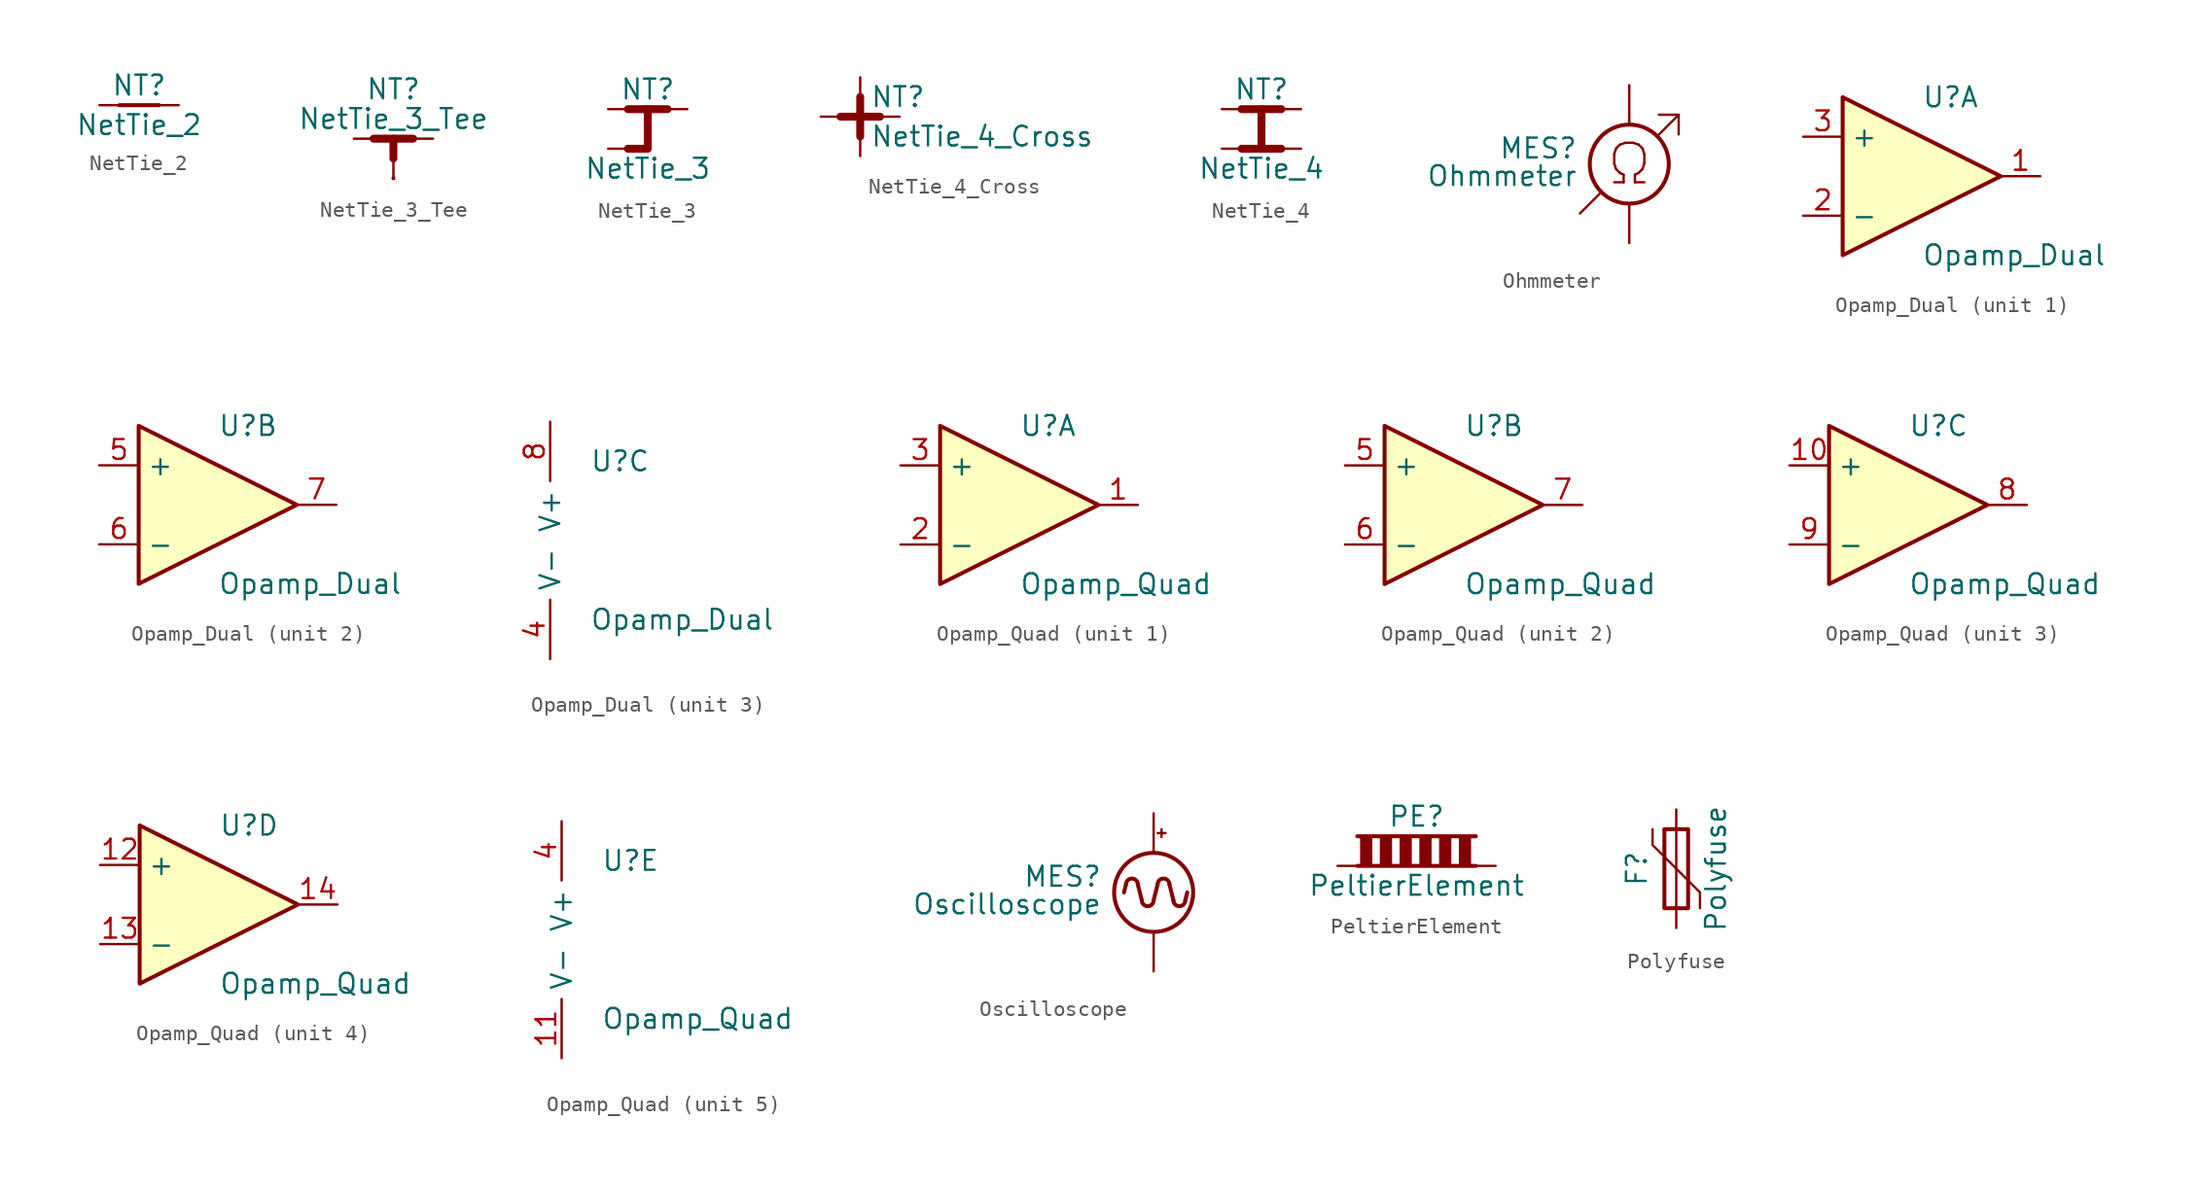
<source format=kicad_sym>
(kicad_symbol_lib
  (version 20241209)
  (generator "kicad_symbol_editor")
  (generator_version "9.0")
  (symbol "NetTie_2"
    (pin_numbers
      (hide yes))
    (pin_names
      (offset 0)
      (hide yes))
    (property "Reference" "NT"
      (at 0 1.27 0)
      (effects (font (size 1.27 1.27))))
    (property "Value" "NetTie_2"
      (at 0 -1.27 0)
      (effects (font (size 1.27 1.27))))
    (symbol "NetTie_2_0_1"
      (polyline (pts (xy -1.27 0) (xy 1.27 0)) (stroke (width 0.254) (type solid)) (fill (type none))))
    (symbol "NetTie_2_1_1"
      (pin passive line (at -2.54 0 0) (length 2.54) (name "1" (effects (font (size 1.27 1.27)))) (number "1" (effects (font (size 1.27 1.27)))))
      (pin passive line (at 2.54 0 180) (length 2.54) (name "2" (effects (font (size 1.27 1.27)))) (number "2" (effects (font (size 1.27 1.27)))))))
  (symbol "NetTie_3_Tee"
    (pin_numbers
      (hide yes))
    (pin_names
      (offset 0)
      (hide yes))
    (property "Reference" "NT"
      (at 0 3.175 0)
      (effects (font (size 1.27 1.27))))
    (property "Value" "NetTie_3_Tee"
      (at 0 1.27 0)
      (effects (font (size 1.27 1.27))))
    (symbol "NetTie_3_Tee_0_1"
      (polyline (pts (xy -1.27 0) (xy 1.27 0)) (stroke (width 0.254) (type solid)) (fill (type none)))
      (polyline (pts (xy -1.27 0) (xy 1.27 0)) (stroke (width 0.508) (type solid)) (fill (type none)))
      (polyline (pts (xy 0 -1.27) (xy 0 0)) (stroke (width 0.508) (type solid)) (fill (type none)))
      (polyline (pts (xy 0 -2.54) (xy 0 -2.54)) (stroke (width 0.254) (type solid)) (fill (type none))))
    (symbol "NetTie_3_Tee_1_1"
      (pin passive line (at -2.54 0 0) (length 2.54) (name "1" (effects (font (size 1.27 1.27)))) (number "1" (effects (font (size 1.27 1.27)))))
      (pin passive line (at 0 -2.54 90) (length 2.54) (name "3" (effects (font (size 1.27 1.27)))) (number "3" (effects (font (size 1.27 1.27)))))
      (pin passive line (at 2.54 0 180) (length 2.54) (name "2" (effects (font (size 1.27 1.27)))) (number "2" (effects (font (size 1.27 1.27)))))))
  (symbol "NetTie_3"
    (pin_numbers
      (hide yes))
    (pin_names
      (offset 0)
      (hide yes))
    (property "Reference" "NT"
      (at 0 1.27 0)
      (effects (font (size 1.27 1.27))))
    (property "Value" "NetTie_3"
      (at 0 -3.81 0)
      (effects (font (size 1.27 1.27))))
    (symbol "NetTie_3_0_1"
      (polyline (pts (xy -1.27 0) (xy 1.27 0)) (stroke (width 0.508) (type solid)) (fill (type none)))
      (polyline (pts (xy 0 0) (xy 0 -2.54) (xy -1.27 -2.54)) (stroke (width 0.508) (type solid)) (fill (type none))))
    (symbol "NetTie_3_1_1"
      (pin passive line (at -2.54 0 0) (length 2.54) (name "1" (effects (font (size 1.27 1.27)))) (number "1" (effects (font (size 1.27 1.27)))))
      (pin passive line (at -2.54 -2.54 0) (length 2.54) (name "3" (effects (font (size 1.27 1.27)))) (number "3" (effects (font (size 1.27 1.27)))))
      (pin passive line (at 2.54 0 180) (length 2.54) (name "2" (effects (font (size 1.27 1.27)))) (number "2" (effects (font (size 1.27 1.27)))))))
  (symbol "NetTie_4_Cross"
    (pin_numbers
      (hide yes))
    (pin_names
      (offset 0)
      (hide yes))
    (property "Reference" "NT"
      (at 0.635 1.27 0)
      (effects (font (size 1.27 1.27)) (justify left)))
    (property "Value" "NetTie_4_Cross"
      (at 0.635 -1.27 0)
      (effects (font (size 1.27 1.27)) (justify left)))
    (symbol "NetTie_4_Cross_0_1"
      (polyline (pts (xy -1.27 0) (xy 1.27 0)) (stroke (width 0.508) (type solid)) (fill (type none)))
      (polyline (pts (xy 0 -1.27) (xy 0 1.27)) (stroke (width 0.508) (type solid)) (fill (type none))))
    (symbol "NetTie_4_Cross_1_1"
      (pin passive line (at -2.54 0 0) (length 2.54) (name "1" (effects (font (size 1.27 1.27)))) (number "1" (effects (font (size 1.27 1.27)))))
      (pin passive line (at 0 2.54 270) (length 2.54) (name "3" (effects (font (size 1.27 1.27)))) (number "3" (effects (font (size 1.27 1.27)))))
      (pin passive line (at 0 -2.54 90) (length 2.54) (name "4" (effects (font (size 1.27 1.27)))) (number "4" (effects (font (size 1.27 1.27)))))
      (pin passive line (at 2.54 0 180) (length 2.54) (name "2" (effects (font (size 1.27 1.27)))) (number "2" (effects (font (size 1.27 1.27)))))))
  (symbol "NetTie_4"
    (pin_numbers
      (hide yes))
    (pin_names
      (offset 0)
      (hide yes))
    (property "Reference" "NT"
      (at 0 1.27 0)
      (effects (font (size 1.27 1.27))))
    (property "Value" "NetTie_4"
      (at 0 -3.81 0)
      (effects (font (size 1.27 1.27))))
    (symbol "NetTie_4_0_1"
      (polyline (pts (xy -1.27 0) (xy 1.27 0)) (stroke (width 0.508) (type solid)) (fill (type none)))
      (polyline (pts (xy -1.27 -2.54) (xy 1.27 -2.54)) (stroke (width 0.508) (type solid)) (fill (type none)))
      (polyline (pts (xy 0 -2.54) (xy 0 0)) (stroke (width 0.508) (type solid)) (fill (type none))))
    (symbol "NetTie_4_1_1"
      (pin passive line (at -2.54 0 0) (length 2.54) (name "1" (effects (font (size 1.27 1.27)))) (number "1" (effects (font (size 1.27 1.27)))))
      (pin passive line (at -2.54 -2.54 0) (length 2.54) (name "3" (effects (font (size 1.27 1.27)))) (number "3" (effects (font (size 1.27 1.27)))))
      (pin passive line (at 2.54 0 180) (length 2.54) (name "2" (effects (font (size 1.27 1.27)))) (number "2" (effects (font (size 1.27 1.27)))))
      (pin passive line (at 2.54 -2.54 180) (length 2.54) (name "4" (effects (font (size 1.27 1.27)))) (number "4" (effects (font (size 1.27 1.27)))))))
  (symbol "Ohmmeter"
    (pin_numbers
      (hide yes))
    (pin_names
      (offset 0.025)
      (hide yes))
    (property "Reference" "MES"
      (at -3.302 1.016 0)
      (effects (font (size 1.27 1.27)) (justify right)))
    (property "Value" "Ohmmeter"
      (at -3.302 -0.762 0)
      (effects (font (size 1.27 1.27)) (justify right)))
    (symbol "Ohmmeter_0_0"
      (polyline (pts (xy -3.175 -3.175) (xy -1.905 -1.905)) (stroke (width 0) (type solid)) (fill (type none)))
      (polyline (pts (xy 1.905 3.175) (xy 3.175 3.175) (xy 3.175 1.905)) (stroke (width 0) (type solid)) (fill (type none)))
      (polyline (pts (xy 1.905 1.905) (xy 3.175 3.175)) (stroke (width 0) (type solid)) (fill (type none)))
      (text "Ω" (at 0 0 0) (effects (font (size 2.54 2.54)))))
    (symbol "Ohmmeter_0_1"
      (circle (center 0 0) (radius 2.54) (stroke (width 0.254) (type solid)) (fill (type none))))
    (symbol "Ohmmeter_1_1"
      (pin passive line (at 0 5.08 270) (length 2.54) (name "+" (effects (font (size 1.27 1.27)))) (number "2" (effects (font (size 1.27 1.27)))))
      (pin passive line (at 0 -5.08 90) (length 2.54) (name "-" (effects (font (size 1.27 1.27)))) (number "1" (effects (font (size 1.27 1.27)))))))
  (symbol "Opamp_Dual"
    (property "Reference" "U"
      (at 0 5.08 0)
      (effects (font (size 1.27 1.27)) (justify left)))
    (property "Value" "Opamp_Dual"
      (at 0 -5.08 0)
      (effects (font (size 1.27 1.27)) (justify left)))
    (property "ki_locked" ""
      (at 0 0 0)
      (effects (font (size 1.27 1.27))))
    (symbol "Opamp_Dual_1_1"
      (polyline (pts (xy -5.08 5.08) (xy 5.08 0) (xy -5.08 -5.08) (xy -5.08 5.08)) (stroke (width 0.254) (type solid)) (fill (type background)))
      (pin input line (at -7.62 2.54 0) (length 2.54) (name "+" (effects (font (size 1.27 1.27)))) (number "3" (effects (font (size 1.27 1.27)))))
      (pin input line (at -7.62 -2.54 0) (length 2.54) (name "-" (effects (font (size 1.27 1.27)))) (number "2" (effects (font (size 1.27 1.27)))))
      (pin output line (at 7.62 0 180) (length 2.54) (name "~" (effects (font (size 1.27 1.27)))) (number "1" (effects (font (size 1.27 1.27))))))
    (symbol "Opamp_Dual_2_1"
      (polyline (pts (xy -5.08 5.08) (xy 5.08 0) (xy -5.08 -5.08) (xy -5.08 5.08)) (stroke (width 0.254) (type solid)) (fill (type background)))
      (pin input line (at -7.62 2.54 0) (length 2.54) (name "+" (effects (font (size 1.27 1.27)))) (number "5" (effects (font (size 1.27 1.27)))))
      (pin input line (at -7.62 -2.54 0) (length 2.54) (name "-" (effects (font (size 1.27 1.27)))) (number "6" (effects (font (size 1.27 1.27)))))
      (pin output line (at 7.62 0 180) (length 2.54) (name "~" (effects (font (size 1.27 1.27)))) (number "7" (effects (font (size 1.27 1.27))))))
    (symbol "Opamp_Dual_3_1"
      (pin power_in line (at -2.54 7.62 270) (length 3.81) (name "V+" (effects (font (size 1.27 1.27)))) (number "8" (effects (font (size 1.27 1.27)))))
      (pin power_in line (at -2.54 -7.62 90) (length 3.81) (name "V-" (effects (font (size 1.27 1.27)))) (number "4" (effects (font (size 1.27 1.27)))))))
  (symbol "Opamp_Quad"
    (property "Reference" "U"
      (at 0 5.08 0)
      (effects (font (size 1.27 1.27)) (justify left)))
    (property "Value" "Opamp_Quad"
      (at 0 -5.08 0)
      (effects (font (size 1.27 1.27)) (justify left)))
    (property "ki_locked" ""
      (at 0 0 0)
      (effects (font (size 1.27 1.27))))
    (symbol "Opamp_Quad_1_1"
      (polyline (pts (xy -5.08 5.08) (xy 5.08 0) (xy -5.08 -5.08) (xy -5.08 5.08)) (stroke (width 0.254) (type solid)) (fill (type background)))
      (pin input line (at -7.62 2.54 0) (length 2.54) (name "+" (effects (font (size 1.27 1.27)))) (number "3" (effects (font (size 1.27 1.27)))))
      (pin input line (at -7.62 -2.54 0) (length 2.54) (name "-" (effects (font (size 1.27 1.27)))) (number "2" (effects (font (size 1.27 1.27)))))
      (pin output line (at 7.62 0 180) (length 2.54) (name "~" (effects (font (size 1.27 1.27)))) (number "1" (effects (font (size 1.27 1.27))))))
    (symbol "Opamp_Quad_2_1"
      (polyline (pts (xy -5.08 5.08) (xy 5.08 0) (xy -5.08 -5.08) (xy -5.08 5.08)) (stroke (width 0.254) (type solid)) (fill (type background)))
      (pin input line (at -7.62 2.54 0) (length 2.54) (name "+" (effects (font (size 1.27 1.27)))) (number "5" (effects (font (size 1.27 1.27)))))
      (pin input line (at -7.62 -2.54 0) (length 2.54) (name "-" (effects (font (size 1.27 1.27)))) (number "6" (effects (font (size 1.27 1.27)))))
      (pin output line (at 7.62 0 180) (length 2.54) (name "~" (effects (font (size 1.27 1.27)))) (number "7" (effects (font (size 1.27 1.27))))))
    (symbol "Opamp_Quad_3_1"
      (polyline (pts (xy -5.08 5.08) (xy 5.08 0) (xy -5.08 -5.08) (xy -5.08 5.08)) (stroke (width 0.254) (type solid)) (fill (type background)))
      (pin input line (at -7.62 2.54 0) (length 2.54) (name "+" (effects (font (size 1.27 1.27)))) (number "10" (effects (font (size 1.27 1.27)))))
      (pin input line (at -7.62 -2.54 0) (length 2.54) (name "-" (effects (font (size 1.27 1.27)))) (number "9" (effects (font (size 1.27 1.27)))))
      (pin output line (at 7.62 0 180) (length 2.54) (name "~" (effects (font (size 1.27 1.27)))) (number "8" (effects (font (size 1.27 1.27))))))
    (symbol "Opamp_Quad_4_1"
      (polyline (pts (xy -5.08 5.08) (xy 5.08 0) (xy -5.08 -5.08) (xy -5.08 5.08)) (stroke (width 0.254) (type solid)) (fill (type background)))
      (pin input line (at -7.62 2.54 0) (length 2.54) (name "+" (effects (font (size 1.27 1.27)))) (number "12" (effects (font (size 1.27 1.27)))))
      (pin input line (at -7.62 -2.54 0) (length 2.54) (name "-" (effects (font (size 1.27 1.27)))) (number "13" (effects (font (size 1.27 1.27)))))
      (pin output line (at 7.62 0 180) (length 2.54) (name "~" (effects (font (size 1.27 1.27)))) (number "14" (effects (font (size 1.27 1.27))))))
    (symbol "Opamp_Quad_5_1"
      (pin power_in line (at -2.54 7.62 270) (length 3.81) (name "V+" (effects (font (size 1.27 1.27)))) (number "4" (effects (font (size 1.27 1.27)))))
      (pin power_in line (at -2.54 -7.62 90) (length 3.81) (name "V-" (effects (font (size 1.27 1.27)))) (number "11" (effects (font (size 1.27 1.27)))))))
  (symbol "Oscilloscope"
    (pin_numbers
      (hide yes))
    (pin_names
      (offset 0.025)
      (hide yes))
    (property "Reference" "MES"
      (at -3.302 1.016 0)
      (effects (font (size 1.27 1.27)) (justify right)))
    (property "Value" "Oscilloscope"
      (at -3.302 -0.762 0)
      (effects (font (size 1.27 1.27)) (justify right)))
    (symbol "Oscilloscope_0_0"
      (polyline (pts (xy -1.778 0.508) (xy -1.905 0)) (stroke (width 0.254) (type solid)) (fill (type none)))
      (arc (start -1.778 0.508) (mid -1.397 0.889) (end -1.016 0.508) (stroke (width 0.254) (type solid)) (fill (type none)))
      (polyline (pts (xy -1.016 0.508) (xy -0.762 -0.508)) (stroke (width 0.254) (type solid)) (fill (type none)))
      (arc (start 0 -0.508) (mid -0.381 -0.889) (end -0.762 -0.508) (stroke (width 0.254) (type solid)) (fill (type none)))
      (polyline (pts (xy 0 -0.508) (xy 0.254 0.508)) (stroke (width 0.254) (type solid)) (fill (type none)))
      (arc (start 0.254 0.508) (mid 0.635 0.889) (end 1.016 0.508) (stroke (width 0.254) (type solid)) (fill (type none)))
      (polyline (pts (xy 1.016 0.508) (xy 1.27 -0.508)) (stroke (width 0.254) (type solid)) (fill (type none)))
      (arc (start 2.032 -0.508) (mid 1.651 -0.889) (end 1.27 -0.508) (stroke (width 0.254) (type solid)) (fill (type none)))
      (polyline (pts (xy 2.032 -0.508) (xy 2.159 0)) (stroke (width 0.254) (type solid)) (fill (type none))))
    (symbol "Oscilloscope_0_1"
      (circle (center 0 0) (radius 2.54) (stroke (width 0.254) (type solid)) (fill (type none)))
      (polyline (pts (xy 0.254 3.81) (xy 0.762 3.81)) (stroke (width 0) (type solid)) (fill (type none)))
      (polyline (pts (xy 0.508 4.064) (xy 0.508 3.556)) (stroke (width 0) (type solid)) (fill (type none))))
    (symbol "Oscilloscope_1_1"
      (pin passive line (at 0 5.08 270) (length 2.54) (name "+" (effects (font (size 1.27 1.27)))) (number "2" (effects (font (size 1.27 1.27)))))
      (pin passive line (at 0 -5.08 90) (length 2.54) (name "-" (effects (font (size 1.27 1.27)))) (number "1" (effects (font (size 1.27 1.27)))))))
  (symbol "PeltierElement"
    (pin_numbers
      (hide yes))
    (pin_names
      (offset 0))
    (property "Reference" "PE"
      (at 0 3.175 0)
      (effects (font (size 1.27 1.27))))
    (property "Value" "PeltierElement"
      (at 0 -1.27 0)
      (effects (font (size 1.27 1.27))))
    (symbol "PeltierElement_0_1"
      (polyline (pts (xy -3.81 1.905) (xy 3.81 1.905)) (stroke (width 0.254) (type solid)) (fill (type none)))
      (polyline (pts (xy -3.81 0) (xy 3.81 0)) (stroke (width 0.254) (type solid)) (fill (type outline)))
      (rectangle (start -3.556 1.905) (end -2.921 0) (stroke (width 0) (type solid)) (fill (type outline)))
      (rectangle (start -2.286 1.905) (end -1.651 0) (stroke (width 0) (type solid)) (fill (type outline)))
      (rectangle (start -0.381 1.905) (end -1.016 0) (stroke (width 0) (type solid)) (fill (type outline)))
      (rectangle (start 0.889 1.905) (end 0.254 0) (stroke (width 0) (type solid)) (fill (type outline)))
      (rectangle (start 1.524 0) (end 2.159 1.905) (stroke (width 0) (type solid)) (fill (type outline)))
      (rectangle (start 2.794 0) (end 3.429 1.905) (stroke (width 0) (type solid)) (fill (type outline))))
    (symbol "PeltierElement_1_1"
      (pin passive line (at -5.08 0 0) (length 1.27) (name "~" (effects (font (size 1.27 1.27)))) (number "1" (effects (font (size 1.27 1.27)))))
      (pin passive line (at 5.08 0 180) (length 1.27) (name "~" (effects (font (size 1.27 1.27)))) (number "2" (effects (font (size 1.27 1.27)))))))
  (symbol "Polyfuse"
    (pin_numbers
      (hide yes))
    (pin_names
      (offset 0))
    (property "Reference" "F"
      (at -2.54 0 90)
      (effects (font (size 1.27 1.27))))
    (property "Value" "Polyfuse"
      (at 2.54 0 90)
      (effects (font (size 1.27 1.27))))
    (symbol "Polyfuse_0_1"
      (polyline (pts (xy -1.524 2.54) (xy -1.524 1.524) (xy 1.524 -1.524) (xy 1.524 -2.54)) (stroke (width 0) (type solid)) (fill (type none)))
      (rectangle (start -0.762 2.54) (end 0.762 -2.54) (stroke (width 0.254) (type solid)) (fill (type none)))
      (polyline (pts (xy 0 2.54) (xy 0 -2.54)) (stroke (width 0) (type solid)) (fill (type none))))
    (symbol "Polyfuse_1_1"
      (pin passive line (at 0 3.81 270) (length 1.27) (name "~" (effects (font (size 1.27 1.27)))) (number "1" (effects (font (size 1.27 1.27)))))
      (pin passive line (at 0 -3.81 90) (length 1.27) (name "~" (effects (font (size 1.27 1.27)))) (number "2" (effects (font (size 1.27 1.27))))))))
</source>
